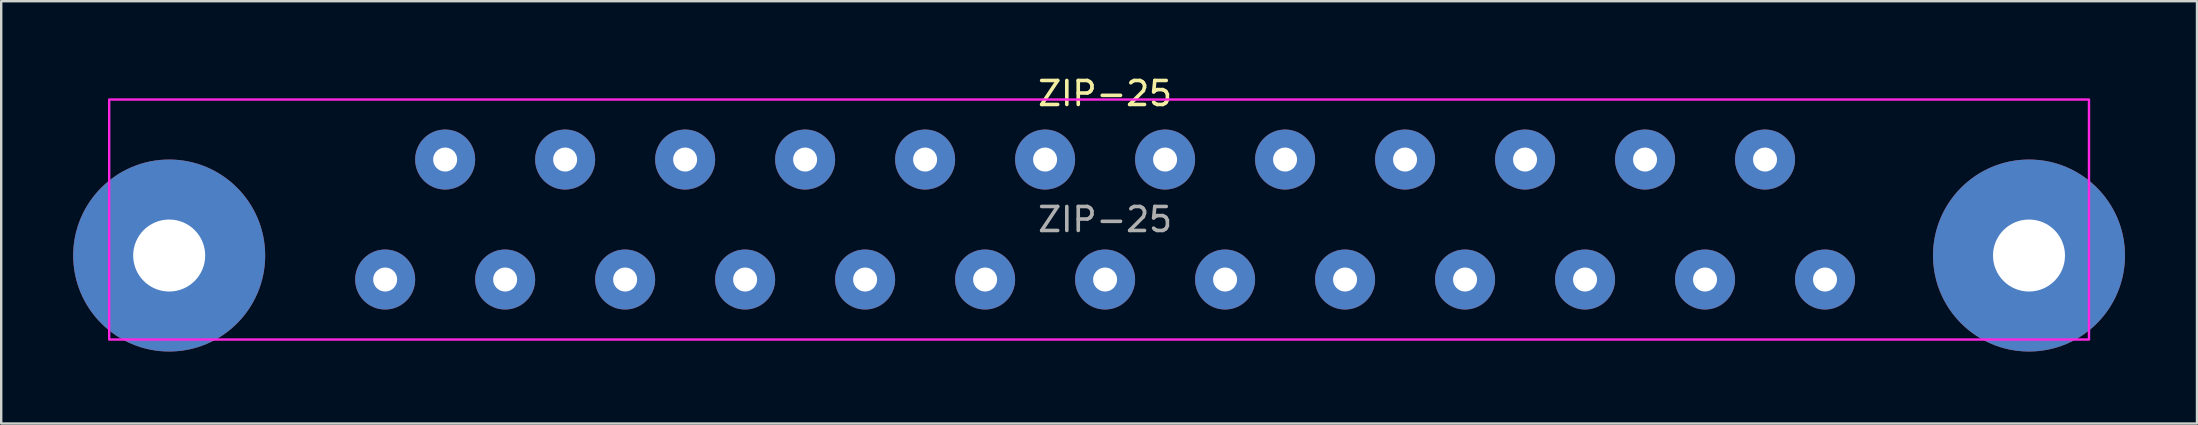
<source format=kicad_pcb>
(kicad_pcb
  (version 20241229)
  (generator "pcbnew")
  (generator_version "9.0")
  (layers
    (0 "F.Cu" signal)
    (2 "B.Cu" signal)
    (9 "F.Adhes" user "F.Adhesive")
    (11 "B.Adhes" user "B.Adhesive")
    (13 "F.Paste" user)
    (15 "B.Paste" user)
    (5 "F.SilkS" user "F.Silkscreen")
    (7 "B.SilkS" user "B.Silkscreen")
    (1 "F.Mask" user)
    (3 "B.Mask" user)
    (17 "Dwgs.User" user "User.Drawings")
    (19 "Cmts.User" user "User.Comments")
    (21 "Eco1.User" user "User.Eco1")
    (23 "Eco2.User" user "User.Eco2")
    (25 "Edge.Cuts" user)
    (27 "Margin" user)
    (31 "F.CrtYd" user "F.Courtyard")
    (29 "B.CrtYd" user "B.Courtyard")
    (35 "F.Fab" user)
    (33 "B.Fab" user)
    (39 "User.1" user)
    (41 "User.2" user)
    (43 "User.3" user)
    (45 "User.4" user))
  (footprint "ZIP-25"
    (layer "F.Cu")
    (at 43 6.098)
    (property "Reference" "ZIP-25" (at 0 -5.25 0) (layer "F.SilkS") (effects (font (size 1 1) (thickness 0.15))))
    (attr through_hole)
    (fp_rect (start -41.5 -5) (end 41 5) (stroke (width 0.1) (type solid)) (fill no) (layer "F.CrtYd"))
    (fp_text user "${REFERENCE}" (at 0 0 0) (layer "F.Fab") (effects (font (size 1 1) (thickness 0.15))))
    (pad "" np_thru_hole circle (at -39 1.5) (size 8 8) (drill 3) (layers "*.Cu" "*.Mask"))
    (pad "" np_thru_hole circle (at 38.5 1.5) (size 8 8) (drill 3) (layers "*.Cu" "*.Mask"))
    (pad "1" thru_hole oval (at -30 2.5) (size 2.5 2.5) (drill 1) (layers "*.Cu" "*.Mask"))
    (pad "2" thru_hole oval (at -25 2.5) (size 2.5 2.5) (drill 1) (layers "*.Cu" "*.Mask"))
    (pad "3" thru_hole oval (at -20 2.5) (size 2.5 2.5) (drill 1) (layers "*.Cu" "*.Mask"))
    (pad "4" thru_hole oval (at -15 2.5) (size 2.5 2.5) (drill 1) (layers "*.Cu" "*.Mask"))
    (pad "5" thru_hole oval (at -10 2.5) (size 2.5 2.5) (drill 1) (layers "*.Cu" "*.Mask"))
    (pad "6" thru_hole oval (at -5 2.5) (size 2.5 2.5) (drill 1) (layers "*.Cu" "*.Mask"))
    (pad "7" thru_hole oval (at 0 2.5) (size 2.5 2.5) (drill 1) (layers "*.Cu" "*.Mask"))
    (pad "8" thru_hole oval (at 5 2.5) (size 2.5 2.5) (drill 1) (layers "*.Cu" "*.Mask"))
    (pad "9" thru_hole oval (at 10 2.5) (size 2.5 2.5) (drill 1) (layers "*.Cu" "*.Mask"))
    (pad "10" thru_hole oval (at 15 2.5) (size 2.5 2.5) (drill 1) (layers "*.Cu" "*.Mask"))
    (pad "11" thru_hole oval (at 20 2.5) (size 2.5 2.5) (drill 1) (layers "*.Cu" "*.Mask"))
    (pad "12" thru_hole oval (at 25 2.5) (size 2.5 2.5) (drill 1) (layers "*.Cu" "*.Mask"))
    (pad "13" thru_hole oval (at 30 2.5) (size 2.5 2.5) (drill 1) (layers "*.Cu" "*.Mask"))
    (pad "14" thru_hole oval (at -27.5 -2.5) (size 2.5 2.5) (drill 1) (layers "*.Cu" "*.Mask"))
    (pad "15" thru_hole oval (at -22.5 -2.5) (size 2.5 2.5) (drill 1) (layers "*.Cu" "*.Mask"))
    (pad "16" thru_hole oval (at -17.5 -2.5) (size 2.5 2.5) (drill 1) (layers "*.Cu" "*.Mask"))
    (pad "17" thru_hole oval (at -12.5 -2.5) (size 2.5 2.5) (drill 1) (layers "*.Cu" "*.Mask"))
    (pad "18" thru_hole oval (at -7.5 -2.5) (size 2.5 2.5) (drill 1) (layers "*.Cu" "*.Mask"))
    (pad "19" thru_hole oval (at -2.5 -2.5) (size 2.5 2.5) (drill 1) (layers "*.Cu" "*.Mask"))
    (pad "20" thru_hole oval (at 2.5 -2.5) (size 2.5 2.5) (drill 1) (layers "*.Cu" "*.Mask"))
    (pad "21" thru_hole oval (at 7.5 -2.5) (size 2.5 2.5) (drill 1) (layers "*.Cu" "*.Mask"))
    (pad "22" thru_hole oval (at 12.5 -2.5) (size 2.5 2.5) (drill 1) (layers "*.Cu" "*.Mask"))
    (pad "23" thru_hole oval (at 17.5 -2.5) (size 2.5 2.5) (drill 1) (layers "*.Cu" "*.Mask"))
    (pad "24" thru_hole oval (at 22.5 -2.5) (size 2.5 2.5) (drill 1) (layers "*.Cu" "*.Mask"))
    (pad "25" thru_hole oval (at 27.5 -2.5) (size 2.5 2.5) (drill 1) (layers "*.Cu" "*.Mask")))
  (gr_rect
    (start -3 -3)
    (end 88.5 14.598)
    (stroke (width 0.1) (type default))
    (fill no)
    (layer "Edge.Cuts")))
</source>
